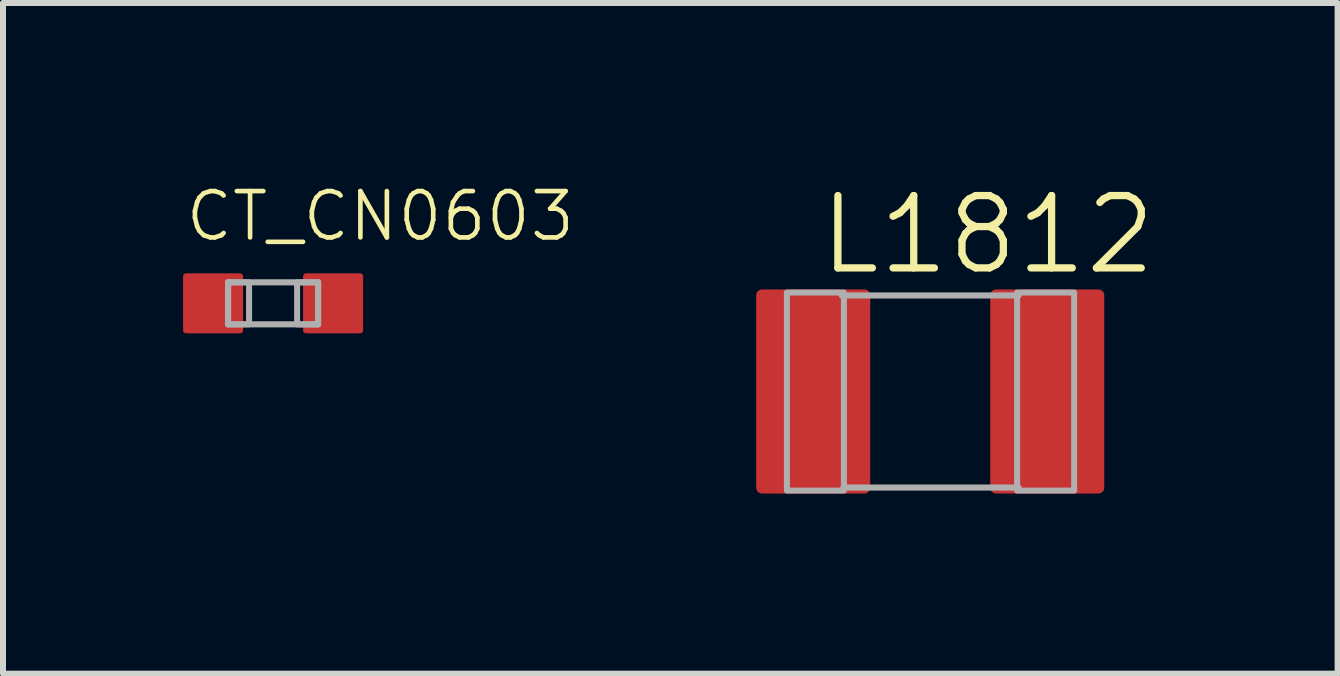
<source format=kicad_pcb>
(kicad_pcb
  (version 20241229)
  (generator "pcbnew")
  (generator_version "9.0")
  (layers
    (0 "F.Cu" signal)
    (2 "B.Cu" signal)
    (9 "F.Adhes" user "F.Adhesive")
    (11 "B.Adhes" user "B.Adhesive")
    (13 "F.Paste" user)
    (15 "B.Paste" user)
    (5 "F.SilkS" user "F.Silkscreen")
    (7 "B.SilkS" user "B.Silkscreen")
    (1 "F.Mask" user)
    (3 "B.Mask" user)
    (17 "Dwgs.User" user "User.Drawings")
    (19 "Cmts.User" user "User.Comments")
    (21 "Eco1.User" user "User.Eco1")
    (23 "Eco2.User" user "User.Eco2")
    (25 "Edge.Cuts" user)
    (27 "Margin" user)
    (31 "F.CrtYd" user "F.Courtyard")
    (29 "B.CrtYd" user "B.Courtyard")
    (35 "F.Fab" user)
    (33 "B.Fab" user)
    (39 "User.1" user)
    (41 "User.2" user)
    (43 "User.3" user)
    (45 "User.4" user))
  (footprint "L1812"
    (layer "F.Cu")
    (at 12.449 3.473)
    (property "Reference" "L1812" (at -1.905 -1.905 0) (layer "F.SilkS") (effects (font (size 1.206 1.206) (thickness 0.121)) (justify left bottom)))
    (attr through_hole)
    (fp_line (start -1.473 -1.6) (end 1.473 -1.6) (stroke (width 0.102) (type solid)) (layer "F.Fab"))
    (fp_line (start -1.448 1.6) (end 1.473 1.6) (stroke (width 0.102) (type solid)) (layer "F.Fab"))
    (fp_poly (pts (xy -2.388 1.651) (xy -1.438 1.651) (xy -1.438 -1.649) (xy -2.388 -1.649)) (stroke (width 0.1) (type solid)) (fill no) (layer "F.Fab"))
    (fp_poly (pts (xy 1.448 1.651) (xy 2.398 1.651) (xy 2.398 -1.649) (xy 1.448 -1.649)) (stroke (width 0.1) (type solid)) (fill no) (layer "F.Fab"))
    (pad "1" smd roundrect (at -1.95 0) (size 1.9 3.4) (layers "F.Cu" "F.Mask" "F.Paste") (roundrect_rratio 0.05))
    (pad "2" smd roundrect (at 1.95 0) (size 1.9 3.4) (layers "F.Cu" "F.Mask" "F.Paste") (roundrect_rratio 0.05)))
  (footprint "CT_CN0603"
    (layer "F.Cu")
    (at 1.5 2.004)
    (property "Reference" "CT_CN0603" (at -1.5 -1 180) (layer "F.SilkS") (effects (font (size 0.772 0.772) (thickness 0.077)) (justify left bottom)))
    (attr through_hole)
    (fp_line (start -0.75 -0.35) (end 0.75 -0.35) (stroke (width 0.102) (type solid)) (layer "F.Fab"))
    (fp_line (start -0.75 0.35) (end -0.75 -0.35) (stroke (width 0.102) (type solid)) (layer "F.Fab"))
    (fp_line (start 0.75 -0.35) (end 0.75 0.35) (stroke (width 0.102) (type solid)) (layer "F.Fab"))
    (fp_line (start 0.75 0.35) (end -0.75 0.35) (stroke (width 0.102) (type solid)) (layer "F.Fab"))
    (fp_poly (pts (xy -0.75 0.35) (xy -0.4 0.35) (xy -0.4 -0.35) (xy -0.75 -0.35)) (stroke (width 0.1) (type solid)) (fill no) (layer "F.Fab"))
    (fp_poly (pts (xy 0.75 -0.35) (xy 0.4 -0.35) (xy 0.4 0.35) (xy 0.75 0.35)) (stroke (width 0.1) (type solid)) (fill no) (layer "F.Fab"))
    (pad "1" smd roundrect (at -1 0) (size 1 1) (layers "F.Cu" "F.Mask" "F.Paste") (roundrect_rratio 0.051))
    (pad "2" smd roundrect (at 1 0) (size 1 1) (layers "F.Cu" "F.Mask" "F.Paste") (roundrect_rratio 0.051)))
  (gr_rect
    (start -3 -3)
    (end 19.237 8.174)
    (stroke (width 0.1) (type default))
    (fill no)
    (layer "Edge.Cuts")))
</source>
